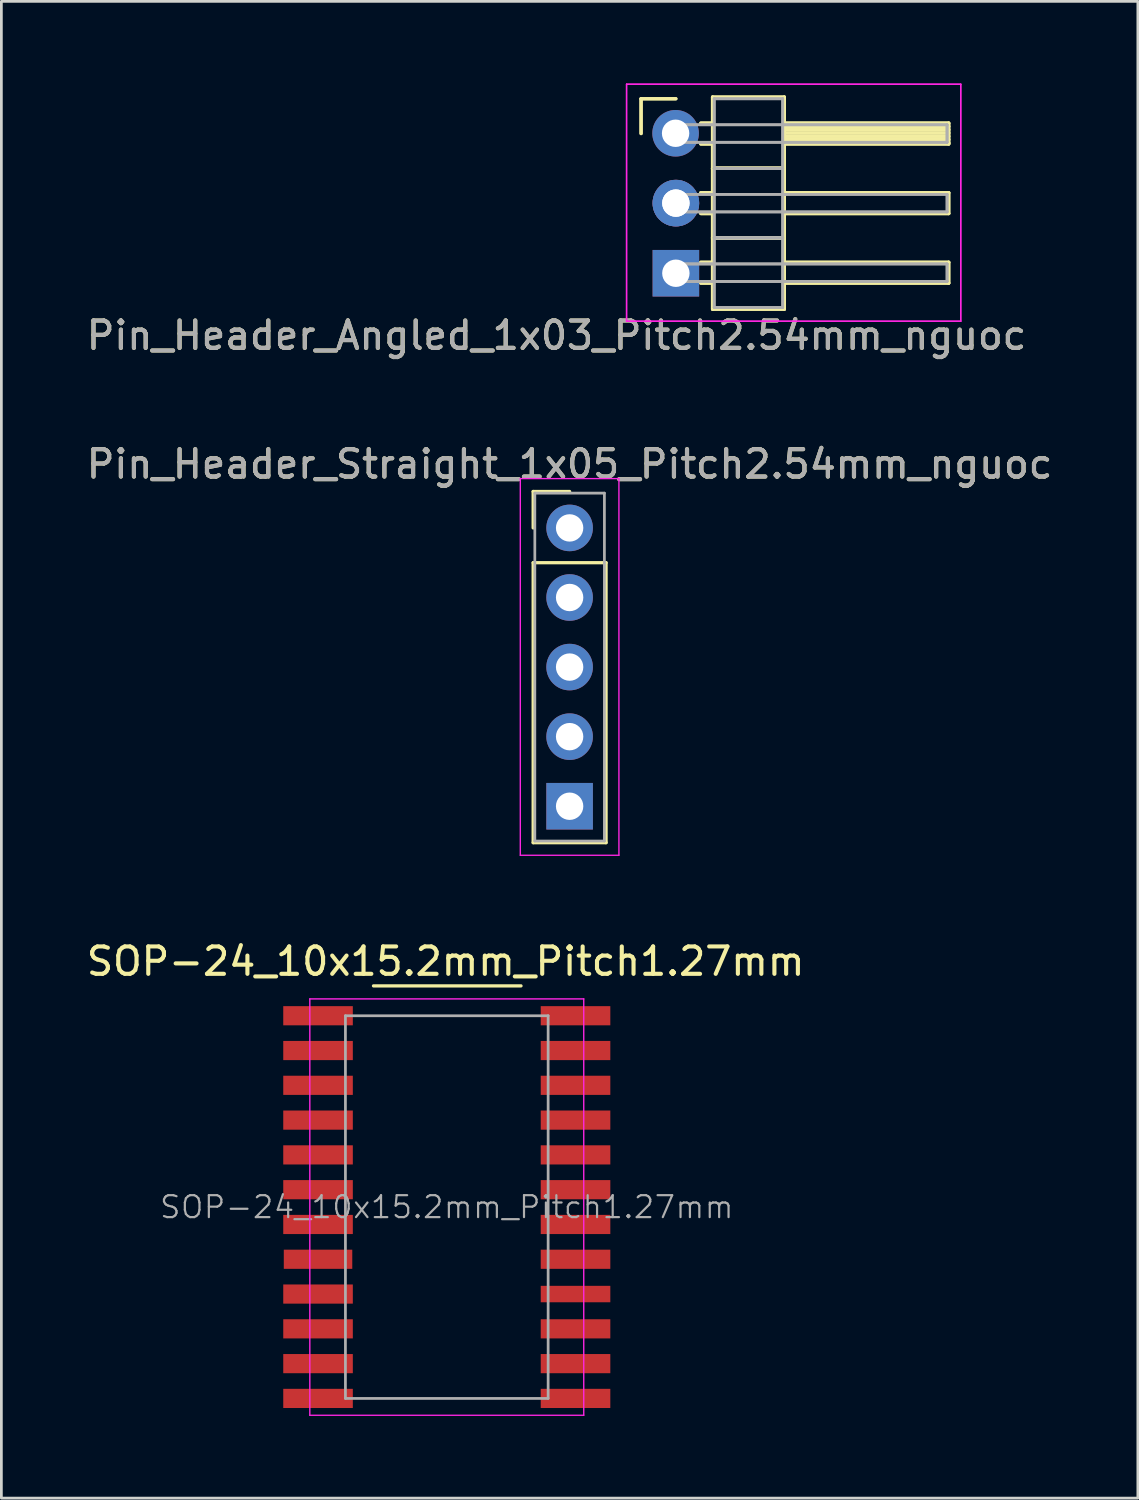
<source format=kicad_pcb>
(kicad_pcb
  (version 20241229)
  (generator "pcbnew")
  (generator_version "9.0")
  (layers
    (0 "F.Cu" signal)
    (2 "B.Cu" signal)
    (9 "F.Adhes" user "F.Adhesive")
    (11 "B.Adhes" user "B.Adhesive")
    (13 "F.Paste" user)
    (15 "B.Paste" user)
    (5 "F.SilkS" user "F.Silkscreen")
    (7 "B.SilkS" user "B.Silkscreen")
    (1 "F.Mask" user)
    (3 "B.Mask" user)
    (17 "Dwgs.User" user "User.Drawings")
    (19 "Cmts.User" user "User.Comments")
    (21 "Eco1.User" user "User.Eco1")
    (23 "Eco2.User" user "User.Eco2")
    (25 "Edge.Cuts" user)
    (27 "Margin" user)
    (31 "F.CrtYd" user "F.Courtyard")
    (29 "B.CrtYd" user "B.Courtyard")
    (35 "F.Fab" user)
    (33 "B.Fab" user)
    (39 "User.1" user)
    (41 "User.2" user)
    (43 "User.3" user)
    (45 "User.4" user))
  (footprint "Pin_Header_Angled_1x03_Pitch2.54mm_nguoc"
    (layer "F.Cu")
    (at 21.623 4.325)
    (property "Reference" "Pin_Header_Angled_1x03_Pitch2.54mm_nguoc" (at -4.355 4.87 180) (layer "F.SilkS") (effects (font (size 1 1) (thickness 0.15))))
    (attr through_hole)
    (fp_line (start -1.27 -3.77) (end 0 -3.77) (stroke (width 0.12) (type solid)) (layer "F.SilkS"))
    (fp_line (start -1.27 -3.77) (end 0 -3.77) (stroke (width 0.12) (type solid)) (layer "F.SilkS"))
    (fp_line (start -1.27 -2.5) (end -1.27 -3.77) (stroke (width 0.12) (type solid)) (layer "F.SilkS"))
    (fp_line (start -1.27 -2.5) (end -1.27 -3.77) (stroke (width 0.12) (type solid)) (layer "F.SilkS"))
    (fp_line (start 0.91 -2.88) (end 1.34 -2.88) (stroke (width 0.12) (type solid)) (layer "F.SilkS"))
    (fp_line (start 0.91 -2.88) (end 1.34 -2.88) (stroke (width 0.12) (type solid)) (layer "F.SilkS"))
    (fp_line (start 0.91 -2.12) (end 1.34 -2.12) (stroke (width 0.12) (type solid)) (layer "F.SilkS"))
    (fp_line (start 0.91 -2.12) (end 1.34 -2.12) (stroke (width 0.12) (type solid)) (layer "F.SilkS"))
    (fp_line (start 0.91 -0.34) (end 1.34 -0.34) (stroke (width 0.12) (type solid)) (layer "F.SilkS"))
    (fp_line (start 0.91 -0.34) (end 1.34 -0.34) (stroke (width 0.12) (type solid)) (layer "F.SilkS"))
    (fp_line (start 0.91 0.42) (end 1.34 0.42) (stroke (width 0.12) (type solid)) (layer "F.SilkS"))
    (fp_line (start 0.91 0.42) (end 1.34 0.42) (stroke (width 0.12) (type solid)) (layer "F.SilkS"))
    (fp_line (start 0.91 2.2) (end 1.34 2.2) (stroke (width 0.12) (type solid)) (layer "F.SilkS"))
    (fp_line (start 0.91 2.2) (end 1.34 2.2) (stroke (width 0.12) (type solid)) (layer "F.SilkS"))
    (fp_line (start 0.91 2.96) (end 1.34 2.96) (stroke (width 0.12) (type solid)) (layer "F.SilkS"))
    (fp_line (start 0.91 2.96) (end 1.34 2.96) (stroke (width 0.12) (type solid)) (layer "F.SilkS"))
    (fp_line (start 1.34 -3.83) (end 1.34 -1.23) (stroke (width 0.12) (type solid)) (layer "F.SilkS"))
    (fp_line (start 1.34 -3.83) (end 1.34 -1.23) (stroke (width 0.12) (type solid)) (layer "F.SilkS"))
    (fp_line (start 1.34 -1.23) (end 1.34 1.31) (stroke (width 0.12) (type solid)) (layer "F.SilkS"))
    (fp_line (start 1.34 -1.23) (end 1.34 1.31) (stroke (width 0.12) (type solid)) (layer "F.SilkS"))
    (fp_line (start 1.34 -1.23) (end 3.96 -1.23) (stroke (width 0.12) (type solid)) (layer "F.SilkS"))
    (fp_line (start 1.34 -1.23) (end 3.96 -1.23) (stroke (width 0.12) (type solid)) (layer "F.SilkS"))
    (fp_line (start 1.34 1.31) (end 1.34 3.91) (stroke (width 0.12) (type solid)) (layer "F.SilkS"))
    (fp_line (start 1.34 1.31) (end 1.34 3.91) (stroke (width 0.12) (type solid)) (layer "F.SilkS"))
    (fp_line (start 1.34 1.31) (end 3.96 1.31) (stroke (width 0.12) (type solid)) (layer "F.SilkS"))
    (fp_line (start 1.34 1.31) (end 3.96 1.31) (stroke (width 0.12) (type solid)) (layer "F.SilkS"))
    (fp_line (start 1.34 3.91) (end 3.96 3.91) (stroke (width 0.12) (type solid)) (layer "F.SilkS"))
    (fp_line (start 1.34 3.91) (end 3.96 3.91) (stroke (width 0.12) (type solid)) (layer "F.SilkS"))
    (fp_line (start 3.96 -3.83) (end 1.34 -3.83) (stroke (width 0.12) (type solid)) (layer "F.SilkS"))
    (fp_line (start 3.96 -3.83) (end 1.34 -3.83) (stroke (width 0.12) (type solid)) (layer "F.SilkS"))
    (fp_line (start 3.96 -2.88) (end 3.96 -2.12) (stroke (width 0.12) (type solid)) (layer "F.SilkS"))
    (fp_line (start 3.96 -2.88) (end 3.96 -2.12) (stroke (width 0.12) (type solid)) (layer "F.SilkS"))
    (fp_line (start 3.96 -2.76) (end 9.96 -2.76) (stroke (width 0.12) (type solid)) (layer "F.SilkS"))
    (fp_line (start 3.96 -2.76) (end 9.96 -2.76) (stroke (width 0.12) (type solid)) (layer "F.SilkS"))
    (fp_line (start 3.96 -2.64) (end 9.96 -2.64) (stroke (width 0.12) (type solid)) (layer "F.SilkS"))
    (fp_line (start 3.96 -2.64) (end 9.96 -2.64) (stroke (width 0.12) (type solid)) (layer "F.SilkS"))
    (fp_line (start 3.96 -2.52) (end 9.96 -2.52) (stroke (width 0.12) (type solid)) (layer "F.SilkS"))
    (fp_line (start 3.96 -2.52) (end 9.96 -2.52) (stroke (width 0.12) (type solid)) (layer "F.SilkS"))
    (fp_line (start 3.96 -2.4) (end 9.96 -2.4) (stroke (width 0.12) (type solid)) (layer "F.SilkS"))
    (fp_line (start 3.96 -2.4) (end 9.96 -2.4) (stroke (width 0.12) (type solid)) (layer "F.SilkS"))
    (fp_line (start 3.96 -2.28) (end 9.96 -2.28) (stroke (width 0.12) (type solid)) (layer "F.SilkS"))
    (fp_line (start 3.96 -2.28) (end 9.96 -2.28) (stroke (width 0.12) (type solid)) (layer "F.SilkS"))
    (fp_line (start 3.96 -2.16) (end 9.96 -2.16) (stroke (width 0.12) (type solid)) (layer "F.SilkS"))
    (fp_line (start 3.96 -2.16) (end 9.96 -2.16) (stroke (width 0.12) (type solid)) (layer "F.SilkS"))
    (fp_line (start 3.96 -2.12) (end 9.96 -2.12) (stroke (width 0.12) (type solid)) (layer "F.SilkS"))
    (fp_line (start 3.96 -2.12) (end 9.96 -2.12) (stroke (width 0.12) (type solid)) (layer "F.SilkS"))
    (fp_line (start 3.96 -1.23) (end 1.34 -1.23) (stroke (width 0.12) (type solid)) (layer "F.SilkS"))
    (fp_line (start 3.96 -1.23) (end 1.34 -1.23) (stroke (width 0.12) (type solid)) (layer "F.SilkS"))
    (fp_line (start 3.96 -1.23) (end 3.96 -3.83) (stroke (width 0.12) (type solid)) (layer "F.SilkS"))
    (fp_line (start 3.96 -1.23) (end 3.96 -3.83) (stroke (width 0.12) (type solid)) (layer "F.SilkS"))
    (fp_line (start 3.96 -0.34) (end 3.96 0.42) (stroke (width 0.12) (type solid)) (layer "F.SilkS"))
    (fp_line (start 3.96 -0.34) (end 3.96 0.42) (stroke (width 0.12) (type solid)) (layer "F.SilkS"))
    (fp_line (start 3.96 0.42) (end 9.96 0.42) (stroke (width 0.12) (type solid)) (layer "F.SilkS"))
    (fp_line (start 3.96 0.42) (end 9.96 0.42) (stroke (width 0.12) (type solid)) (layer "F.SilkS"))
    (fp_line (start 3.96 1.31) (end 1.34 1.31) (stroke (width 0.12) (type solid)) (layer "F.SilkS"))
    (fp_line (start 3.96 1.31) (end 1.34 1.31) (stroke (width 0.12) (type solid)) (layer "F.SilkS"))
    (fp_line (start 3.96 1.31) (end 3.96 -1.23) (stroke (width 0.12) (type solid)) (layer "F.SilkS"))
    (fp_line (start 3.96 1.31) (end 3.96 -1.23) (stroke (width 0.12) (type solid)) (layer "F.SilkS"))
    (fp_line (start 3.96 2.2) (end 3.96 2.96) (stroke (width 0.12) (type solid)) (layer "F.SilkS"))
    (fp_line (start 3.96 2.2) (end 3.96 2.96) (stroke (width 0.12) (type solid)) (layer "F.SilkS"))
    (fp_line (start 3.96 2.96) (end 9.96 2.96) (stroke (width 0.12) (type solid)) (layer "F.SilkS"))
    (fp_line (start 3.96 2.96) (end 9.96 2.96) (stroke (width 0.12) (type solid)) (layer "F.SilkS"))
    (fp_line (start 3.96 3.91) (end 3.96 1.31) (stroke (width 0.12) (type solid)) (layer "F.SilkS"))
    (fp_line (start 3.96 3.91) (end 3.96 1.31) (stroke (width 0.12) (type solid)) (layer "F.SilkS"))
    (fp_line (start 9.96 -2.88) (end 3.96 -2.88) (stroke (width 0.12) (type solid)) (layer "F.SilkS"))
    (fp_line (start 9.96 -2.88) (end 3.96 -2.88) (stroke (width 0.12) (type solid)) (layer "F.SilkS"))
    (fp_line (start 9.96 -2.12) (end 9.96 -2.88) (stroke (width 0.12) (type solid)) (layer "F.SilkS"))
    (fp_line (start 9.96 -2.12) (end 9.96 -2.88) (stroke (width 0.12) (type solid)) (layer "F.SilkS"))
    (fp_line (start 9.96 -0.34) (end 3.96 -0.34) (stroke (width 0.12) (type solid)) (layer "F.SilkS"))
    (fp_line (start 9.96 -0.34) (end 3.96 -0.34) (stroke (width 0.12) (type solid)) (layer "F.SilkS"))
    (fp_line (start 9.96 0.42) (end 9.96 -0.34) (stroke (width 0.12) (type solid)) (layer "F.SilkS"))
    (fp_line (start 9.96 0.42) (end 9.96 -0.34) (stroke (width 0.12) (type solid)) (layer "F.SilkS"))
    (fp_line (start 9.96 2.2) (end 3.96 2.2) (stroke (width 0.12) (type solid)) (layer "F.SilkS"))
    (fp_line (start 9.96 2.2) (end 3.96 2.2) (stroke (width 0.12) (type solid)) (layer "F.SilkS"))
    (fp_line (start 9.96 2.96) (end 9.96 2.2) (stroke (width 0.12) (type solid)) (layer "F.SilkS"))
    (fp_line (start 9.96 2.96) (end 9.96 2.2) (stroke (width 0.12) (type solid)) (layer "F.SilkS"))
    (fp_line (start -1.8 -4.3) (end -1.8 4.35) (stroke (width 0.05) (type solid)) (layer "F.CrtYd"))
    (fp_line (start -1.8 -4.3) (end -1.8 4.35) (stroke (width 0.05) (type solid)) (layer "F.CrtYd"))
    (fp_line (start -1.8 4.35) (end 10.4 4.35) (stroke (width 0.05) (type solid)) (layer "F.CrtYd"))
    (fp_line (start -1.8 4.35) (end 10.4 4.35) (stroke (width 0.05) (type solid)) (layer "F.CrtYd"))
    (fp_line (start 10.4 -4.3) (end -1.8 -4.3) (stroke (width 0.05) (type solid)) (layer "F.CrtYd"))
    (fp_line (start 10.4 -4.3) (end -1.8 -4.3) (stroke (width 0.05) (type solid)) (layer "F.CrtYd"))
    (fp_line (start 10.4 4.35) (end 10.4 -4.3) (stroke (width 0.05) (type solid)) (layer "F.CrtYd"))
    (fp_line (start 10.4 4.35) (end 10.4 -4.3) (stroke (width 0.05) (type solid)) (layer "F.CrtYd"))
    (fp_line (start 0 -2.82) (end 0 -2.18) (stroke (width 0.1) (type solid)) (layer "F.Fab"))
    (fp_line (start 0 -2.82) (end 0 -2.18) (stroke (width 0.1) (type solid)) (layer "F.Fab"))
    (fp_line (start 0 -2.18) (end 9.9 -2.18) (stroke (width 0.1) (type solid)) (layer "F.Fab"))
    (fp_line (start 0 -2.18) (end 9.9 -2.18) (stroke (width 0.1) (type solid)) (layer "F.Fab"))
    (fp_line (start 0 -0.28) (end 0 0.36) (stroke (width 0.1) (type solid)) (layer "F.Fab"))
    (fp_line (start 0 -0.28) (end 0 0.36) (stroke (width 0.1) (type solid)) (layer "F.Fab"))
    (fp_line (start 0 0.36) (end 9.9 0.36) (stroke (width 0.1) (type solid)) (layer "F.Fab"))
    (fp_line (start 0 0.36) (end 9.9 0.36) (stroke (width 0.1) (type solid)) (layer "F.Fab"))
    (fp_line (start 0 2.26) (end 0 2.9) (stroke (width 0.1) (type solid)) (layer "F.Fab"))
    (fp_line (start 0 2.26) (end 0 2.9) (stroke (width 0.1) (type solid)) (layer "F.Fab"))
    (fp_line (start 0 2.9) (end 9.9 2.9) (stroke (width 0.1) (type solid)) (layer "F.Fab"))
    (fp_line (start 0 2.9) (end 9.9 2.9) (stroke (width 0.1) (type solid)) (layer "F.Fab"))
    (fp_line (start 1.4 -3.77) (end 1.4 -1.23) (stroke (width 0.1) (type solid)) (layer "F.Fab"))
    (fp_line (start 1.4 -3.77) (end 1.4 -1.23) (stroke (width 0.1) (type solid)) (layer "F.Fab"))
    (fp_line (start 1.4 -1.23) (end 1.4 1.31) (stroke (width 0.1) (type solid)) (layer "F.Fab"))
    (fp_line (start 1.4 -1.23) (end 1.4 1.31) (stroke (width 0.1) (type solid)) (layer "F.Fab"))
    (fp_line (start 1.4 -1.23) (end 3.9 -1.23) (stroke (width 0.1) (type solid)) (layer "F.Fab"))
    (fp_line (start 1.4 -1.23) (end 3.9 -1.23) (stroke (width 0.1) (type solid)) (layer "F.Fab"))
    (fp_line (start 1.4 1.31) (end 1.4 3.85) (stroke (width 0.1) (type solid)) (layer "F.Fab"))
    (fp_line (start 1.4 1.31) (end 1.4 3.85) (stroke (width 0.1) (type solid)) (layer "F.Fab"))
    (fp_line (start 1.4 1.31) (end 3.9 1.31) (stroke (width 0.1) (type solid)) (layer "F.Fab"))
    (fp_line (start 1.4 1.31) (end 3.9 1.31) (stroke (width 0.1) (type solid)) (layer "F.Fab"))
    (fp_line (start 1.4 3.85) (end 3.9 3.85) (stroke (width 0.1) (type solid)) (layer "F.Fab"))
    (fp_line (start 1.4 3.85) (end 3.9 3.85) (stroke (width 0.1) (type solid)) (layer "F.Fab"))
    (fp_line (start 3.9 -3.77) (end 1.4 -3.77) (stroke (width 0.1) (type solid)) (layer "F.Fab"))
    (fp_line (start 3.9 -3.77) (end 1.4 -3.77) (stroke (width 0.1) (type solid)) (layer "F.Fab"))
    (fp_line (start 3.9 -1.23) (end 1.4 -1.23) (stroke (width 0.1) (type solid)) (layer "F.Fab"))
    (fp_line (start 3.9 -1.23) (end 1.4 -1.23) (stroke (width 0.1) (type solid)) (layer "F.Fab"))
    (fp_line (start 3.9 -1.23) (end 3.9 -3.77) (stroke (width 0.1) (type solid)) (layer "F.Fab"))
    (fp_line (start 3.9 -1.23) (end 3.9 -3.77) (stroke (width 0.1) (type solid)) (layer "F.Fab"))
    (fp_line (start 3.9 1.31) (end 1.4 1.31) (stroke (width 0.1) (type solid)) (layer "F.Fab"))
    (fp_line (start 3.9 1.31) (end 1.4 1.31) (stroke (width 0.1) (type solid)) (layer "F.Fab"))
    (fp_line (start 3.9 1.31) (end 3.9 -1.23) (stroke (width 0.1) (type solid)) (layer "F.Fab"))
    (fp_line (start 3.9 1.31) (end 3.9 -1.23) (stroke (width 0.1) (type solid)) (layer "F.Fab"))
    (fp_line (start 3.9 3.85) (end 3.9 1.31) (stroke (width 0.1) (type solid)) (layer "F.Fab"))
    (fp_line (start 3.9 3.85) (end 3.9 1.31) (stroke (width 0.1) (type solid)) (layer "F.Fab"))
    (fp_line (start 9.9 -2.82) (end 0 -2.82) (stroke (width 0.1) (type solid)) (layer "F.Fab"))
    (fp_line (start 9.9 -2.82) (end 0 -2.82) (stroke (width 0.1) (type solid)) (layer "F.Fab"))
    (fp_line (start 9.9 -2.18) (end 9.9 -2.82) (stroke (width 0.1) (type solid)) (layer "F.Fab"))
    (fp_line (start 9.9 -2.18) (end 9.9 -2.82) (stroke (width 0.1) (type solid)) (layer "F.Fab"))
    (fp_line (start 9.9 -0.28) (end 0 -0.28) (stroke (width 0.1) (type solid)) (layer "F.Fab"))
    (fp_line (start 9.9 -0.28) (end 0 -0.28) (stroke (width 0.1) (type solid)) (layer "F.Fab"))
    (fp_line (start 9.9 0.36) (end 9.9 -0.28) (stroke (width 0.1) (type solid)) (layer "F.Fab"))
    (fp_line (start 9.9 0.36) (end 9.9 -0.28) (stroke (width 0.1) (type solid)) (layer "F.Fab"))
    (fp_line (start 9.9 2.26) (end 0 2.26) (stroke (width 0.1) (type solid)) (layer "F.Fab"))
    (fp_line (start 9.9 2.26) (end 0 2.26) (stroke (width 0.1) (type solid)) (layer "F.Fab"))
    (fp_line (start 9.9 2.9) (end 9.9 2.26) (stroke (width 0.1) (type solid)) (layer "F.Fab"))
    (fp_line (start 9.9 2.9) (end 9.9 2.26) (stroke (width 0.1) (type solid)) (layer "F.Fab"))
    (fp_text user "${REFERENCE}" (at -4.355 4.87 180) (layer "F.Fab") (effects (font (size 1 1) (thickness 0.15))))
    (pad "1" thru_hole rect (at 0 2.6) (size 1.7 1.7) (drill 1) (layers "*.Cu" "*.Mask"))
    (pad "2" thru_hole oval (at 0 0.04) (size 1.7 1.7) (drill 1) (layers "*.Cu" "*.Mask"))
    (pad "2" thru_hole oval (at 0 0.04) (size 1.7 1.7) (drill 1) (layers "*.Cu" "*.Mask"))
    (pad "3" thru_hole oval (at -0.01 -2.51) (size 1.7 1.7) (drill 1) (layers "*.Cu" "*.Mask")))
  (footprint "Pin_Header_Straight_1x05_Pitch2.54mm_nguoc"
    (layer "F.Cu")
    (at 17.744 21.302)
    (property "Reference" "Pin_Header_Straight_1x05_Pitch2.54mm_nguoc" (at 0 -7.41 0) (layer "F.SilkS") (effects (font (size 1 1) (thickness 0.15))))
    (attr through_hole)
    (fp_line (start -1.33 -6.41) (end 0 -6.41) (stroke (width 0.12) (type solid)) (layer "F.SilkS"))
    (fp_line (start -1.33 -5.08) (end -1.33 -6.41) (stroke (width 0.12) (type solid)) (layer "F.SilkS"))
    (fp_line (start -1.33 -3.81) (end -1.33 6.41) (stroke (width 0.12) (type solid)) (layer "F.SilkS"))
    (fp_line (start -1.33 6.41) (end 1.33 6.41) (stroke (width 0.12) (type solid)) (layer "F.SilkS"))
    (fp_line (start 1.33 -3.81) (end -1.33 -3.81) (stroke (width 0.12) (type solid)) (layer "F.SilkS"))
    (fp_line (start 1.33 6.41) (end 1.33 -3.81) (stroke (width 0.12) (type solid)) (layer "F.SilkS"))
    (fp_line (start -1.8 -6.88) (end -1.8 6.87) (stroke (width 0.05) (type solid)) (layer "F.CrtYd"))
    (fp_line (start -1.8 6.87) (end 1.8 6.87) (stroke (width 0.05) (type solid)) (layer "F.CrtYd"))
    (fp_line (start 1.8 -6.88) (end -1.8 -6.88) (stroke (width 0.05) (type solid)) (layer "F.CrtYd"))
    (fp_line (start 1.8 6.87) (end 1.8 -6.88) (stroke (width 0.05) (type solid)) (layer "F.CrtYd"))
    (fp_line (start -1.27 -6.35) (end -1.27 6.35) (stroke (width 0.1) (type solid)) (layer "F.Fab"))
    (fp_line (start -1.27 6.35) (end 1.27 6.35) (stroke (width 0.1) (type solid)) (layer "F.Fab"))
    (fp_line (start 1.27 -6.35) (end -1.27 -6.35) (stroke (width 0.1) (type solid)) (layer "F.Fab"))
    (fp_line (start 1.27 6.35) (end 1.27 -6.35) (stroke (width 0.1) (type solid)) (layer "F.Fab"))
    (fp_text user "${REFERENCE}" (at 0 -7.41 0) (layer "F.Fab") (effects (font (size 1 1) (thickness 0.15))))
    (pad "1" thru_hole rect (at 0 5.08) (size 1.7 1.7) (drill 1) (layers "*.Cu" "*.Mask"))
    (pad "2" thru_hole oval (at 0 2.54) (size 1.7 1.7) (drill 1) (layers "*.Cu" "*.Mask"))
    (pad "3" thru_hole oval (at 0 0) (size 1.7 1.7) (drill 1) (layers "*.Cu" "*.Mask"))
    (pad "4" thru_hole oval (at 0 -2.54) (size 1.7 1.7) (drill 1) (layers "*.Cu" "*.Mask"))
    (pad "5" thru_hole oval (at 0 -5.08) (size 1.7 1.7) (drill 1) (layers "*.Cu" "*.Mask")))
  (footprint "SOP-24_10x15.2mm_Pitch1.27mm"
    (layer "F.Cu")
    (at 13.26 41.015)
    (property "Reference" "SOP-24_10x15.2mm_Pitch1.27mm" (at -0.04 -8.97 0) (layer "F.SilkS") (effects (font (size 1 1) (thickness 0.15))))
    (attr smd)
    (fp_line (start -2.675 -8.075) (end 2.709 -8.075) (stroke (width 0.12) (type solid)) (layer "F.SilkS"))
    (fp_line (start -5 -7.6) (end -5 7.6) (stroke (width 0.05) (type solid)) (layer "F.CrtYd"))
    (fp_line (start -5 -7.6) (end 5 -7.6) (stroke (width 0.05) (type solid)) (layer "F.CrtYd"))
    (fp_line (start -5 7.6) (end 5 7.6) (stroke (width 0.05) (type solid)) (layer "F.CrtYd"))
    (fp_line (start 5 -7.6) (end 5 7.6) (stroke (width 0.05) (type solid)) (layer "F.CrtYd"))
    (fp_line (start -3.7 -6.985) (end -3.7 6.985) (stroke (width 0.1) (type solid)) (layer "F.Fab"))
    (fp_line (start -3.7 -6.985) (end 3.7 -6.985) (stroke (width 0.1) (type solid)) (layer "F.Fab"))
    (fp_line (start 3.7 -6.985) (end 3.7 6.985) (stroke (width 0.1) (type solid)) (layer "F.Fab"))
    (fp_line (start 3.7 6.985) (end -3.7 6.985) (stroke (width 0.1) (type solid)) (layer "F.Fab"))
    (fp_text user "${REFERENCE}" (at 0 0 0) (layer "F.Fab") (effects (font (size 0.8 0.8) (thickness 0.08))))
    (pad "1" smd rect (at -4.7 -6.985) (size 2.54 0.7) (layers "F.Cu" "F.Mask" "F.Paste"))
    (pad "2" smd rect (at -4.7 -5.715) (size 2.54 0.7) (layers "F.Cu" "F.Mask" "F.Paste"))
    (pad "3" smd rect (at -4.7 -4.445) (size 2.54 0.7) (layers "F.Cu" "F.Mask" "F.Paste"))
    (pad "4" smd rect (at -4.7 -3.175) (size 2.54 0.7) (layers "F.Cu" "F.Mask" "F.Paste"))
    (pad "5" smd rect (at -4.7 -1.905) (size 2.54 0.7) (layers "F.Cu" "F.Mask" "F.Paste"))
    (pad "6" smd rect (at -4.7 -0.635) (size 2.54 0.7) (layers "F.Cu" "F.Mask" "F.Paste"))
    (pad "7" smd rect (at -4.7 0.635) (size 2.54 0.7) (layers "F.Cu" "F.Mask" "F.Paste"))
    (pad "8" smd rect (at -4.7 1.905) (size 2.5 0.7) (layers "F.Cu" "F.Mask" "F.Paste"))
    (pad "9" smd rect (at -4.7 3.175) (size 2.54 0.7) (layers "F.Cu" "F.Mask" "F.Paste"))
    (pad "10" smd rect (at -4.7 4.445) (size 2.54 0.7) (layers "F.Cu" "F.Mask" "F.Paste"))
    (pad "11" smd rect (at -4.7 5.715) (size 2.54 0.7) (layers "F.Cu" "F.Mask" "F.Paste"))
    (pad "12" smd rect (at -4.7 6.985) (size 2.54 0.7) (layers "F.Cu" "F.Mask" "F.Paste"))
    (pad "13" smd rect (at 4.7 6.985) (size 2.54 0.7) (layers "F.Cu" "F.Mask" "F.Paste"))
    (pad "14" smd rect (at 4.7 5.715) (size 2.54 0.7) (layers "F.Cu" "F.Mask" "F.Paste"))
    (pad "15" smd rect (at 4.7 4.445) (size 2.54 0.7) (layers "F.Cu" "F.Mask" "F.Paste"))
    (pad "16" smd rect (at 4.7 3.175) (size 2.54 0.6) (layers "F.Cu" "F.Mask" "F.Paste"))
    (pad "17" smd rect (at 4.7 1.905) (size 2.54 0.7) (layers "F.Cu" "F.Mask" "F.Paste"))
    (pad "18" smd rect (at 4.7 0.635) (size 2.54 0.7) (layers "F.Cu" "F.Mask" "F.Paste"))
    (pad "19" smd rect (at 4.7 -0.635) (size 2.54 0.7) (layers "F.Cu" "F.Mask" "F.Paste"))
    (pad "20" smd rect (at 4.7 -1.905) (size 2.54 0.7) (layers "F.Cu" "F.Mask" "F.Paste"))
    (pad "21" smd rect (at 4.7 -3.175) (size 2.54 0.7) (layers "F.Cu" "F.Mask" "F.Paste"))
    (pad "22" smd rect (at 4.7 -4.445) (size 2.54 0.7) (layers "F.Cu" "F.Mask" "F.Paste"))
    (pad "23" smd rect (at 4.7 -5.715) (size 2.54 0.7) (layers "F.Cu" "F.Mask" "F.Paste"))
    (pad "24" smd rect (at 4.7 -6.985) (size 2.54 0.7) (layers "F.Cu" "F.Mask" "F.Paste")))
  (gr_rect
    (start -3 -3)
    (end 38.488 51.64)
    (stroke (width 0.1) (type default))
    (fill no)
    (layer "Edge.Cuts")))
</source>
